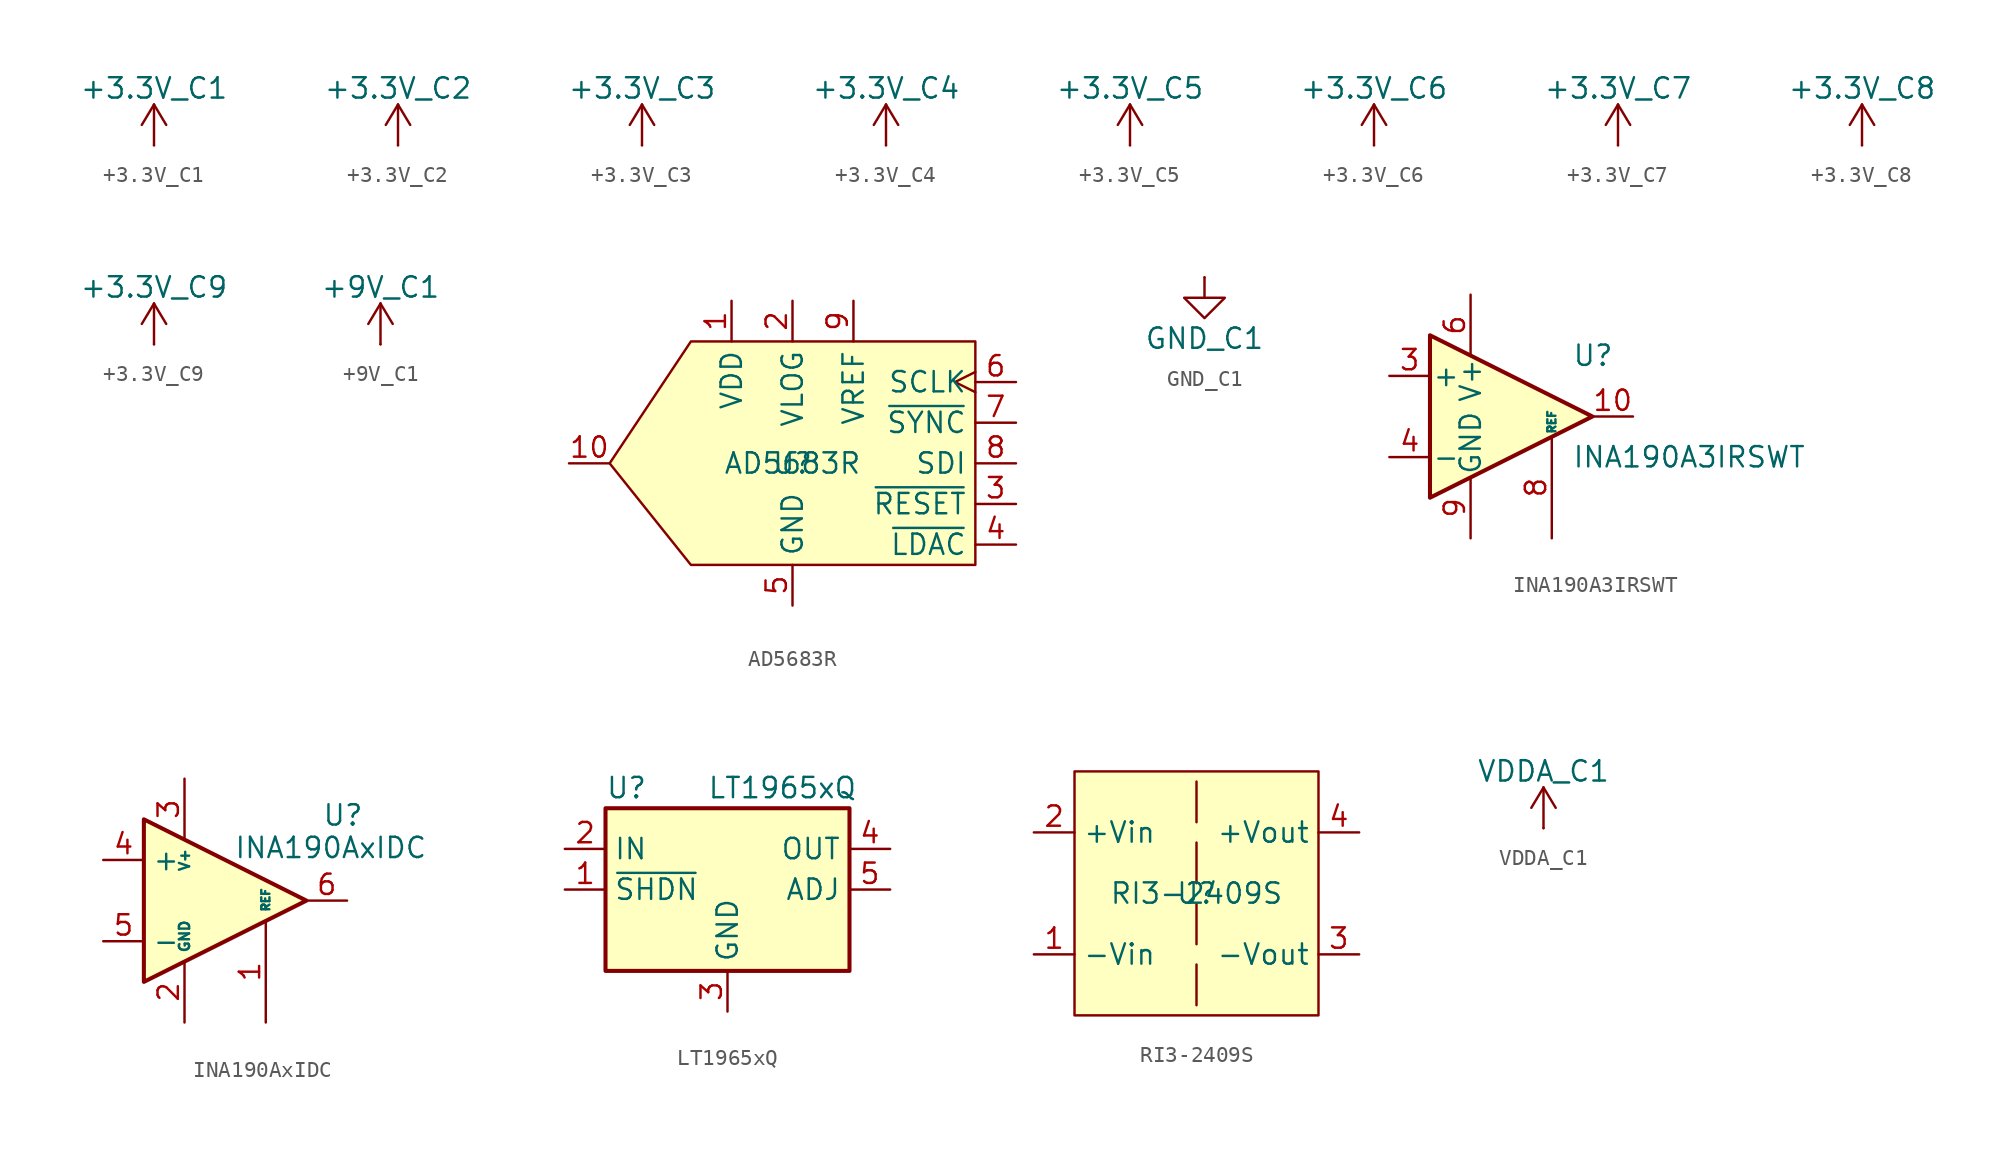
<source format=kicad_sym>
(kicad_symbol_lib
  (version 20231120)
  (generator "kicad_symbol_editor")
  (generator_version "8.0")
  (symbol "+3.3V_C1"
    (power)
    (pin_numbers hide)
    (pin_names
      (offset 0) hide)
    (property "Reference" "#PWR"
      (at 0 -3.81 0)
      (effects (font (size 1.27 1.27)) (hide yes)))
    (property "Value" "+3.3V_C1"
      (at 0 3.556 0)
      (effects (font (size 1.27 1.27))))
    (symbol "+3.3V_C1_0_1"
      (polyline (pts (xy -0.762 1.27) (xy 0 2.54)) (stroke (width 0) (type default)) (fill (type none)))
      (polyline (pts (xy 0 0) (xy 0 2.54)) (stroke (width 0) (type default)) (fill (type none)))
      (polyline (pts (xy 0 2.54) (xy 0.762 1.27)) (stroke (width 0) (type default)) (fill (type none))))
    (symbol "+3.3V_C1_1_1"
      (pin power_in line (at 0 0 90) (length 0) (name "~" (effects (font (size 1.27 1.27)))) (number "1" (effects (font (size 1.27 1.27)))))))
  (symbol "+3.3V_C2"
    (power)
    (pin_numbers hide)
    (pin_names
      (offset 0) hide)
    (property "Reference" "#PWR"
      (at 0 -3.81 0)
      (effects (font (size 1.27 1.27)) (hide yes)))
    (property "Value" "+3.3V_C2"
      (at 0 3.556 0)
      (effects (font (size 1.27 1.27))))
    (symbol "+3.3V_C2_0_1"
      (polyline (pts (xy -0.762 1.27) (xy 0 2.54)) (stroke (width 0) (type default)) (fill (type none)))
      (polyline (pts (xy 0 0) (xy 0 2.54)) (stroke (width 0) (type default)) (fill (type none)))
      (polyline (pts (xy 0 2.54) (xy 0.762 1.27)) (stroke (width 0) (type default)) (fill (type none))))
    (symbol "+3.3V_C2_1_1"
      (pin power_in line (at 0 0 90) (length 0) (name "~" (effects (font (size 1.27 1.27)))) (number "1" (effects (font (size 1.27 1.27)))))))
  (symbol "+3.3V_C3"
    (power)
    (pin_numbers hide)
    (pin_names
      (offset 0) hide)
    (property "Reference" "#PWR"
      (at 0 -3.81 0)
      (effects (font (size 1.27 1.27)) (hide yes)))
    (property "Value" "+3.3V_C3"
      (at 0 3.556 0)
      (effects (font (size 1.27 1.27))))
    (symbol "+3.3V_C3_0_1"
      (polyline (pts (xy -0.762 1.27) (xy 0 2.54)) (stroke (width 0) (type default)) (fill (type none)))
      (polyline (pts (xy 0 0) (xy 0 2.54)) (stroke (width 0) (type default)) (fill (type none)))
      (polyline (pts (xy 0 2.54) (xy 0.762 1.27)) (stroke (width 0) (type default)) (fill (type none))))
    (symbol "+3.3V_C3_1_1"
      (pin power_in line (at 0 0 90) (length 0) (name "~" (effects (font (size 1.27 1.27)))) (number "1" (effects (font (size 1.27 1.27)))))))
  (symbol "+3.3V_C4"
    (power)
    (pin_numbers hide)
    (pin_names
      (offset 0) hide)
    (property "Reference" "#PWR"
      (at 0 -3.81 0)
      (effects (font (size 1.27 1.27)) (hide yes)))
    (property "Value" "+3.3V_C4"
      (at 0 3.556 0)
      (effects (font (size 1.27 1.27))))
    (symbol "+3.3V_C4_0_1"
      (polyline (pts (xy -0.762 1.27) (xy 0 2.54)) (stroke (width 0) (type default)) (fill (type none)))
      (polyline (pts (xy 0 0) (xy 0 2.54)) (stroke (width 0) (type default)) (fill (type none)))
      (polyline (pts (xy 0 2.54) (xy 0.762 1.27)) (stroke (width 0) (type default)) (fill (type none))))
    (symbol "+3.3V_C4_1_1"
      (pin power_in line (at 0 0 90) (length 0) (name "~" (effects (font (size 1.27 1.27)))) (number "1" (effects (font (size 1.27 1.27)))))))
  (symbol "+3.3V_C5"
    (power)
    (pin_numbers hide)
    (pin_names
      (offset 0) hide)
    (property "Reference" "#PWR"
      (at 0 -3.81 0)
      (effects (font (size 1.27 1.27)) (hide yes)))
    (property "Value" "+3.3V_C5"
      (at 0 3.556 0)
      (effects (font (size 1.27 1.27))))
    (symbol "+3.3V_C5_0_1"
      (polyline (pts (xy -0.762 1.27) (xy 0 2.54)) (stroke (width 0) (type default)) (fill (type none)))
      (polyline (pts (xy 0 0) (xy 0 2.54)) (stroke (width 0) (type default)) (fill (type none)))
      (polyline (pts (xy 0 2.54) (xy 0.762 1.27)) (stroke (width 0) (type default)) (fill (type none))))
    (symbol "+3.3V_C5_1_1"
      (pin power_in line (at 0 0 90) (length 0) (name "~" (effects (font (size 1.27 1.27)))) (number "1" (effects (font (size 1.27 1.27)))))))
  (symbol "+3.3V_C6"
    (power)
    (pin_numbers hide)
    (pin_names
      (offset 0) hide)
    (property "Reference" "#PWR"
      (at 0 -3.81 0)
      (effects (font (size 1.27 1.27)) (hide yes)))
    (property "Value" "+3.3V_C6"
      (at 0 3.556 0)
      (effects (font (size 1.27 1.27))))
    (symbol "+3.3V_C6_0_1"
      (polyline (pts (xy -0.762 1.27) (xy 0 2.54)) (stroke (width 0) (type default)) (fill (type none)))
      (polyline (pts (xy 0 0) (xy 0 2.54)) (stroke (width 0) (type default)) (fill (type none)))
      (polyline (pts (xy 0 2.54) (xy 0.762 1.27)) (stroke (width 0) (type default)) (fill (type none))))
    (symbol "+3.3V_C6_1_1"
      (pin power_in line (at 0 0 90) (length 0) (name "~" (effects (font (size 1.27 1.27)))) (number "1" (effects (font (size 1.27 1.27)))))))
  (symbol "+3.3V_C7"
    (power)
    (pin_numbers hide)
    (pin_names
      (offset 0) hide)
    (property "Reference" "#PWR"
      (at 0 -3.81 0)
      (effects (font (size 1.27 1.27)) (hide yes)))
    (property "Value" "+3.3V_C7"
      (at 0 3.556 0)
      (effects (font (size 1.27 1.27))))
    (symbol "+3.3V_C7_0_1"
      (polyline (pts (xy -0.762 1.27) (xy 0 2.54)) (stroke (width 0) (type default)) (fill (type none)))
      (polyline (pts (xy 0 0) (xy 0 2.54)) (stroke (width 0) (type default)) (fill (type none)))
      (polyline (pts (xy 0 2.54) (xy 0.762 1.27)) (stroke (width 0) (type default)) (fill (type none))))
    (symbol "+3.3V_C7_1_1"
      (pin power_in line (at 0 0 90) (length 0) (name "~" (effects (font (size 1.27 1.27)))) (number "1" (effects (font (size 1.27 1.27)))))))
  (symbol "+3.3V_C8"
    (power)
    (pin_numbers hide)
    (pin_names
      (offset 0) hide)
    (property "Reference" "#PWR"
      (at 0 -3.81 0)
      (effects (font (size 1.27 1.27)) (hide yes)))
    (property "Value" "+3.3V_C8"
      (at 0 3.556 0)
      (effects (font (size 1.27 1.27))))
    (symbol "+3.3V_C8_0_1"
      (polyline (pts (xy -0.762 1.27) (xy 0 2.54)) (stroke (width 0) (type default)) (fill (type none)))
      (polyline (pts (xy 0 0) (xy 0 2.54)) (stroke (width 0) (type default)) (fill (type none)))
      (polyline (pts (xy 0 2.54) (xy 0.762 1.27)) (stroke (width 0) (type default)) (fill (type none))))
    (symbol "+3.3V_C8_1_1"
      (pin power_in line (at 0 0 90) (length 0) (name "~" (effects (font (size 1.27 1.27)))) (number "1" (effects (font (size 1.27 1.27)))))))
  (symbol "+3.3V_C9"
    (power)
    (pin_numbers hide)
    (pin_names
      (offset 0) hide)
    (property "Reference" "#PWR"
      (at 0 -3.81 0)
      (effects (font (size 1.27 1.27)) (hide yes)))
    (property "Value" "+3.3V_C9"
      (at 0 3.556 0)
      (effects (font (size 1.27 1.27))))
    (symbol "+3.3V_C9_0_1"
      (polyline (pts (xy -0.762 1.27) (xy 0 2.54)) (stroke (width 0) (type default)) (fill (type none)))
      (polyline (pts (xy 0 0) (xy 0 2.54)) (stroke (width 0) (type default)) (fill (type none)))
      (polyline (pts (xy 0 2.54) (xy 0.762 1.27)) (stroke (width 0) (type default)) (fill (type none))))
    (symbol "+3.3V_C9_1_1"
      (pin power_in line (at 0 0 90) (length 0) (name "~" (effects (font (size 1.27 1.27)))) (number "1" (effects (font (size 1.27 1.27)))))))
  (symbol "+9V_C1"
    (power)
    (pin_numbers hide)
    (pin_names
      (offset 0) hide)
    (property "Reference" "#PWR"
      (at 0 -3.81 0)
      (effects (font (size 1.27 1.27)) (hide yes)))
    (property "Value" "+9V_C1"
      (at 0 3.556 0)
      (effects (font (size 1.27 1.27))))
    (symbol "+9V_C1_0_1"
      (polyline (pts (xy -0.762 1.27) (xy 0 2.54)) (stroke (width 0) (type default)) (fill (type none)))
      (polyline (pts (xy 0 0) (xy 0 2.54)) (stroke (width 0) (type default)) (fill (type none)))
      (polyline (pts (xy 0 2.54) (xy 0.762 1.27)) (stroke (width 0) (type default)) (fill (type none))))
    (symbol "+9V_C1_1_1"
      (pin power_in line (at 0 0 90) (length 0) (name "~" (effects (font (size 1.27 1.27)))) (number "1" (effects (font (size 1.27 1.27)))))))
  (symbol "AD5683R"
    (property "Reference" "U"
      (at 0 0 0)
      (effects (font (size 1.27 1.27))))
    (property "Value" "AD5683R"
      (at 0 0 0)
      (effects (font (size 1.27 1.27))))
    (symbol "AD5683R_0_0"
      (pin passive line (at -3.81 10.16 270) (length 2.54) (name "VDD" (effects (font (size 1.27 1.27)))) (number "1" (effects (font (size 1.27 1.27)))))
      (pin passive line (at 0 10.16 270) (length 2.54) (name "VLOG" (effects (font (size 1.27 1.27)))) (number "2" (effects (font (size 1.27 1.27)))))
      (pin input line (at 13.97 -2.54 180) (length 2.54) (name "~{RESET}" (effects (font (size 1.27 1.27)))) (number "3" (effects (font (size 1.27 1.27)))))
      (pin input line (at 13.97 -5.08 180) (length 2.54) (name "~{LDAC}" (effects (font (size 1.27 1.27)))) (number "4" (effects (font (size 1.27 1.27)))))
      (pin passive line (at 0 -8.89 90) (length 2.54) (name "GND" (effects (font (size 1.27 1.27)))) (number "5" (effects (font (size 1.27 1.27)))))
      (pin input clock (at 13.97 5.08 180) (length 2.54) (name "SCLK" (effects (font (size 1.27 1.27)))) (number "6" (effects (font (size 1.27 1.27)))))
      (pin input line (at 13.97 2.54 180) (length 2.54) (name "~{SYNC}" (effects (font (size 1.27 1.27)))) (number "7" (effects (font (size 1.27 1.27)))))
      (pin input line (at 13.97 0 180) (length 2.54) (name "SDI" (effects (font (size 1.27 1.27)))) (number "8" (effects (font (size 1.27 1.27)))))
      (pin input line (at 3.81 10.16 270) (length 2.54) (name "VREF" (effects (font (size 1.27 1.27)))) (number "9" (effects (font (size 1.27 1.27))))))
    (symbol "AD5683R_1_0"
      (pin output line (at -13.97 0 0) (length 2.54) (name "" (effects (font (size 1.27 1.27)))) (number "10" (effects (font (size 1.27 1.27))))))
    (symbol "AD5683R_1_1"
      (polyline (pts (xy -11.43 0) (xy -6.35 7.62) (xy 11.43 7.62) (xy 11.43 -6.35) (xy -6.35 -6.35) (xy -11.43 0)) (stroke (width 0) (type default)) (fill (type background)))))
  (symbol "GND_C1"
    (power)
    (pin_numbers hide)
    (pin_names
      (offset 0) hide)
    (property "Reference" "#PWR"
      (at 0 -6.35 0)
      (effects (font (size 1.27 1.27)) (hide yes)))
    (property "Value" "GND_C1"
      (at 0 -3.81 0)
      (effects (font (size 1.27 1.27))))
    (symbol "GND_C1_0_1"
      (polyline (pts (xy 0 0) (xy 0 -1.27) (xy 1.27 -1.27) (xy 0 -2.54) (xy -1.27 -1.27) (xy 0 -1.27)) (stroke (width 0) (type default)) (fill (type none))))
    (symbol "GND_C1_1_1"
      (pin power_in line (at 0 0 270) (length 0) (name "~" (effects (font (size 1.27 1.27)))) (number "1" (effects (font (size 1.27 1.27)))))))
  (symbol "INA190A3IRSWT"
    (pin_names
      (offset 0.127))
    (property "Reference" "U"
      (at 3.81 3.81 0)
      (effects (font (size 1.27 1.27)) (justify left)))
    (property "Value" "INA190A3IRSWT"
      (at 3.81 -2.54 0)
      (effects (font (size 1.27 1.27)) (justify left)))
    (symbol "INA190A3IRSWT_0_1"
      (polyline (pts (xy 5.08 0) (xy -5.08 5.08) (xy -5.08 -5.08) (xy 5.08 0)) (stroke (width 0.254) (type default)) (fill (type background))))
    (symbol "INA190A3IRSWT_1_1"
      (pin output line (at 7.62 0 180) (length 2.54) (name "~" (effects (font (size 1.27 1.27)))) (number "10" (effects (font (size 1.27 1.27)))))
      (pin input line (at -7.62 2.54 0) (length 2.54) (name "+" (effects (font (size 1.27 1.27)))) (number "3" (effects (font (size 1.27 1.27)))))
      (pin input line (at -7.62 -2.54 0) (length 2.54) (name "-" (effects (font (size 1.27 1.27)))) (number "4" (effects (font (size 1.27 1.27)))))
      (pin power_in line (at -2.54 7.62 270) (length 3.81) (name "V+" (effects (font (size 1.27 1.27)))) (number "6" (effects (font (size 1.27 1.27)))))
      (pin input line (at 2.54 -7.62 90) (length 6.35) (name "REF" (effects (font (size 0.508 0.508)))) (number "8" (effects (font (size 1.27 1.27)))))
      (pin power_in line (at -2.54 -7.62 90) (length 3.81) (name "GND" (effects (font (size 1.27 1.27)))) (number "9" (effects (font (size 1.27 1.27)))))
      (pin no_connect line (at -5.08 0 0) (length 2.54) hide (name "1" (effects (font (size 1.27 1.27)))) (number "NC" (effects (font (size 1.27 1.27)))))
      (pin no_connect line (at 0 -2.54 90) (length 2.54) hide (name "2" (effects (font (size 1.27 1.27)))) (number "NC" (effects (font (size 1.27 1.27)))))
      (pin no_connect line (at 0 2.54 270) (length 2.54) hide (name "5" (effects (font (size 1.27 1.27)))) (number "NC" (effects (font (size 1.27 1.27)))))))
  (symbol "INA190AxIDC"
    (property "Reference" "U"
      (at 8.636 5.334 0)
      (effects (font (size 1.27 1.27))))
    (property "Value" "INA190AxIDC"
      (at 7.874 3.302 0)
      (effects (font (size 1.27 1.27))))
    (symbol "INA190AxIDC_0_1"
      (polyline (pts (xy 6.35 0) (xy -3.81 5.08) (xy -3.81 -5.08) (xy 6.35 0)) (stroke (width 0.254) (type default)) (fill (type background))))
    (symbol "INA190AxIDC_1_1"
      (pin input line (at 3.81 -7.62 90) (length 6.35) (name "REF" (effects (font (size 0.508 0.508)))) (number "1" (effects (font (size 1.27 1.27)))))
      (pin power_in line (at -1.27 -7.62 90) (length 3.81) (name "GND" (effects (font (size 0.635 0.635)))) (number "2" (effects (font (size 1.27 1.27)))))
      (pin power_in line (at -1.27 7.62 270) (length 3.81) (name "V+" (effects (font (size 0.635 0.635)))) (number "3" (effects (font (size 1.27 1.27)))))
      (pin input line (at -6.35 2.54 0) (length 2.54) (name "+" (effects (font (size 1.27 1.27)))) (number "4" (effects (font (size 1.27 1.27)))))
      (pin input line (at -6.35 -2.54 0) (length 2.54) (name "-" (effects (font (size 1.27 1.27)))) (number "5" (effects (font (size 1.27 1.27)))))
      (pin output line (at 8.89 0 180) (length 2.54) (name "~" (effects (font (size 1.27 1.27)))) (number "6" (effects (font (size 1.27 1.27)))))))
  (symbol "LT1965xQ"
    (property "Reference" "U"
      (at -7.62 6.35 0)
      (effects (font (size 1.27 1.27)) (justify left)))
    (property "Value" "LT1965xQ"
      (at -1.27 6.35 0)
      (effects (font (size 1.27 1.27)) (justify left)))
    (symbol "LT1965xQ_0_1"
      (rectangle (start -7.62 5.08) (end 7.62 -5.08) (stroke (width 0.254) (type default)) (fill (type background))))
    (symbol "LT1965xQ_1_1"
      (pin input line (at -10.16 0 0) (length 2.54) (name "~{SHDN}" (effects (font (size 1.27 1.27)))) (number "1" (effects (font (size 1.27 1.27)))))
      (pin power_in line (at -10.16 2.54 0) (length 2.54) (name "IN" (effects (font (size 1.27 1.27)))) (number "2" (effects (font (size 1.27 1.27)))))
      (pin power_in line (at 0 -7.62 90) (length 2.54) (name "GND" (effects (font (size 1.27 1.27)))) (number "3" (effects (font (size 1.27 1.27)))))
      (pin power_out line (at 10.16 2.54 180) (length 2.54) (name "OUT" (effects (font (size 1.27 1.27)))) (number "4" (effects (font (size 1.27 1.27)))))
      (pin input line (at 10.16 0 180) (length 2.54) (name "ADJ" (effects (font (size 1.27 1.27)))) (number "5" (effects (font (size 1.27 1.27)))))))
  (symbol "RI3-2409S"
    (property "Reference" "U"
      (at 0 0 0)
      (effects (font (size 1.27 1.27))))
    (property "Value" "RI3-2409S"
      (at 0 0 0)
      (effects (font (size 1.27 1.27))))
    (symbol "RI3-2409S_0_0"
      (pin passive line (at -10.16 -3.81 0) (length 2.54) (name "-Vin" (effects (font (size 1.27 1.27)))) (number "1" (effects (font (size 1.27 1.27)))))
      (pin passive line (at -10.16 3.81 0) (length 2.54) (name "+Vin" (effects (font (size 1.27 1.27)))) (number "2" (effects (font (size 1.27 1.27)))))
      (pin passive line (at 10.16 -3.81 180) (length 2.54) (name "-Vout" (effects (font (size 1.27 1.27)))) (number "3" (effects (font (size 1.27 1.27)))))
      (pin passive line (at 10.16 3.81 180) (length 2.54) (name "+Vout" (effects (font (size 1.27 1.27)))) (number "4" (effects (font (size 1.27 1.27))))))
    (symbol "RI3-2409S_1_1"
      (rectangle (start -7.62 7.62) (end 7.62 -7.62) (stroke (width 0) (type default)) (fill (type background)))
      (polyline (pts (xy 0 -4.445) (xy 0 -6.985)) (stroke (width 0) (type default)) (fill (type none)))
      (polyline (pts (xy 0 -0.635) (xy 0 -3.175)) (stroke (width 0) (type default)) (fill (type none)))
      (polyline (pts (xy 0 3.175) (xy 0 0.635)) (stroke (width 0) (type default)) (fill (type none)))
      (polyline (pts (xy 0 6.985) (xy 0 4.445)) (stroke (width 0) (type default)) (fill (type none)))))
  (symbol "VDDA_C1"
    (power)
    (pin_numbers hide)
    (pin_names
      (offset 0) hide)
    (property "Reference" "#PWR"
      (at 0 -3.81 0)
      (effects (font (size 1.27 1.27)) (hide yes)))
    (property "Value" "VDDA_C1"
      (at 0 3.556 0)
      (effects (font (size 1.27 1.27))))
    (symbol "VDDA_C1_0_1"
      (polyline (pts (xy -0.762 1.27) (xy 0 2.54)) (stroke (width 0) (type default)) (fill (type none)))
      (polyline (pts (xy 0 0) (xy 0 2.54)) (stroke (width 0) (type default)) (fill (type none)))
      (polyline (pts (xy 0 2.54) (xy 0.762 1.27)) (stroke (width 0) (type default)) (fill (type none))))
    (symbol "VDDA_C1_1_1"
      (pin power_in line (at 0 0 90) (length 0) (name "~" (effects (font (size 1.27 1.27)))) (number "1" (effects (font (size 1.27 1.27))))))))
</source>
